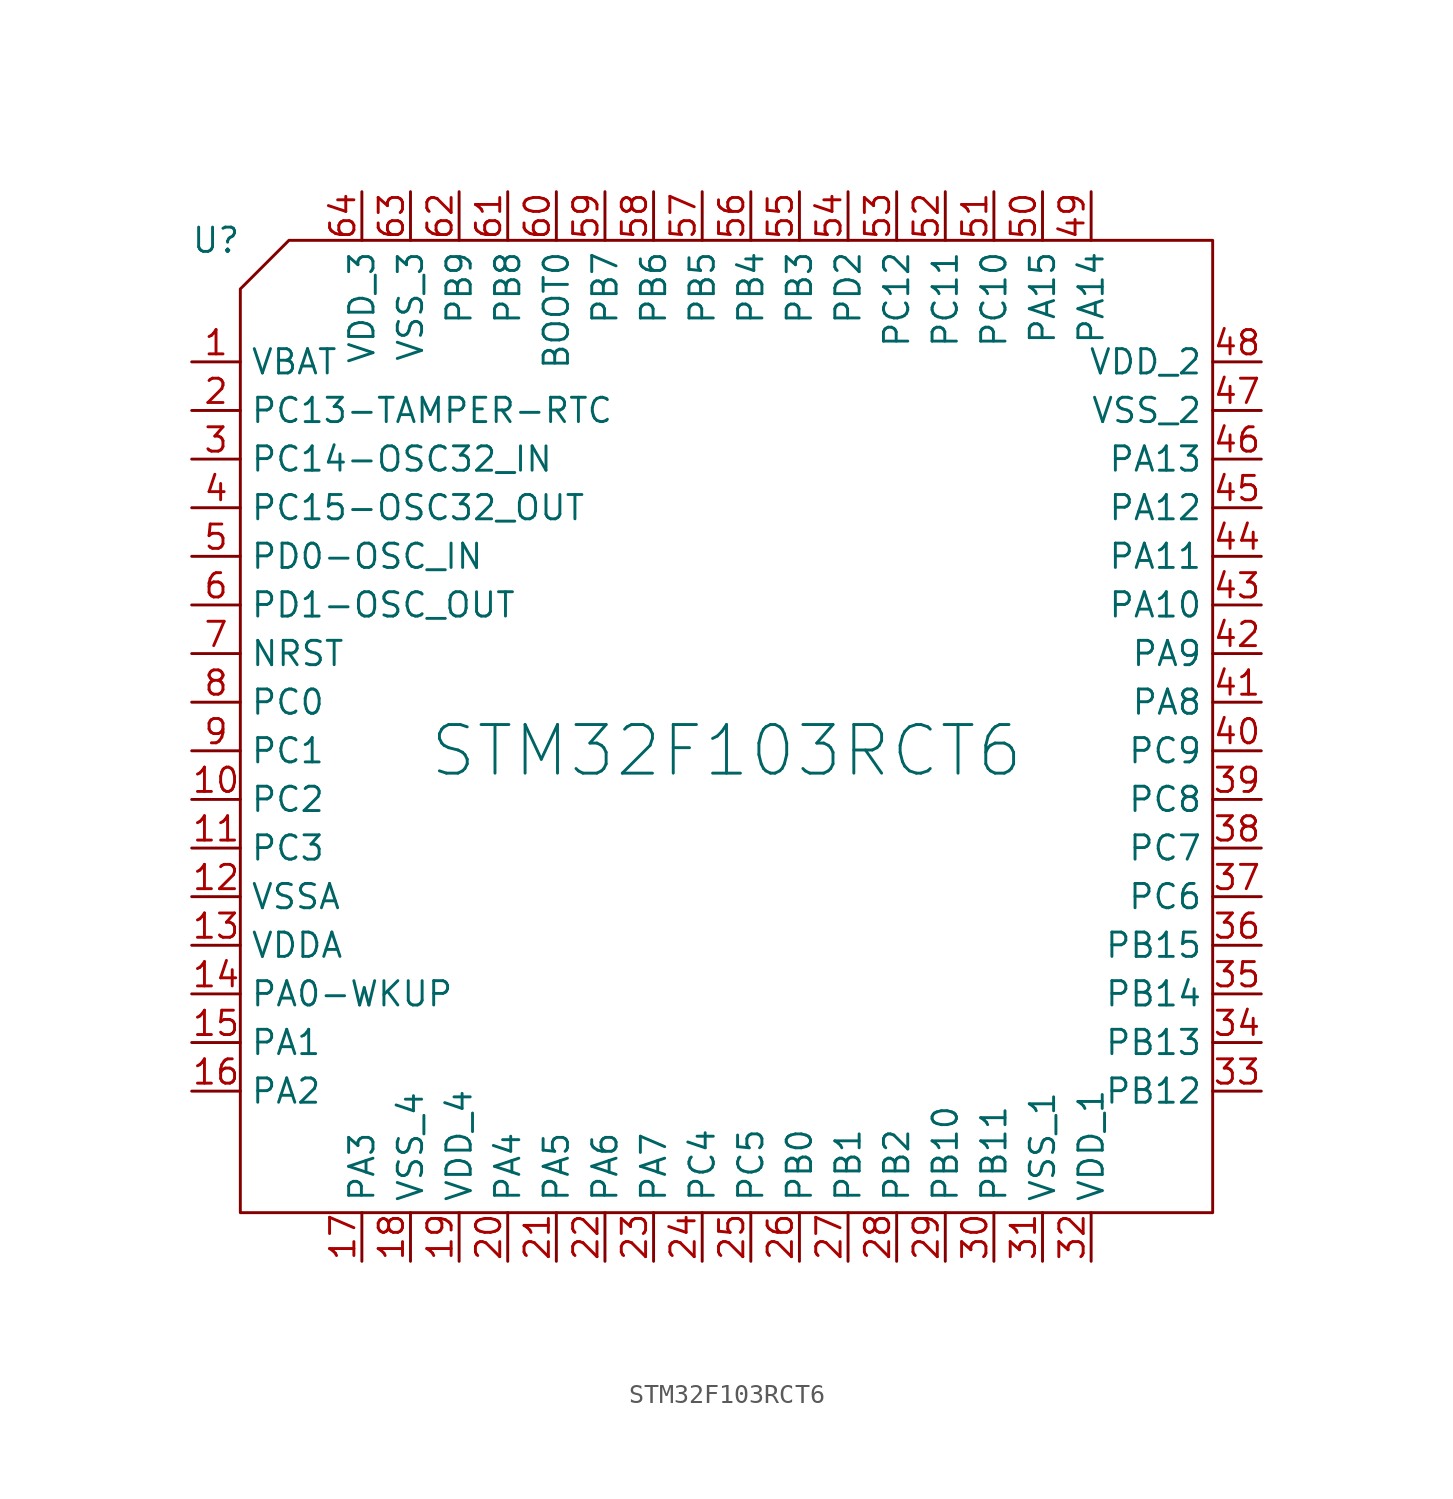
<source format=kicad_sym>
(kicad_symbol_lib
  (version 20211014)
  (generator kicad_symbol_editor)
  (symbol "STM32F103RCT6"
    (property "Reference" "U"
      (at -1.27 0 0)
      (effects (font (size 1.27 1.27))))
    (property "Value" "STM32F103RCT6"
      (at 25.4 -26.67 0)
      (effects (font (size 2.54 2.54))))
    (symbol "STM32F103RCT6_0_1"
      (polyline (pts (xy 0 -2.54) (xy 2.54 0) (xy 50.8 0) (xy 50.8 -50.8) (xy 0 -50.8) (xy 0 -2.54)) (stroke (width 0) (type default) (color 0 0 0 0)) (fill (type none))))
    (symbol "STM32F103RCT6_1_1"
      (pin input line (at -2.54 -6.35 0) (length 2.54) (name "VBAT" (effects (font (size 1.27 1.27)))) (number "1" (effects (font (size 1.27 1.27)))))
      (pin input line (at -2.54 -29.21 0) (length 2.54) (name "PC2" (effects (font (size 1.27 1.27)))) (number "10" (effects (font (size 1.27 1.27)))))
      (pin input line (at -2.54 -31.75 0) (length 2.54) (name "PC3" (effects (font (size 1.27 1.27)))) (number "11" (effects (font (size 1.27 1.27)))))
      (pin input line (at -2.54 -34.29 0) (length 2.54) (name "VSSA" (effects (font (size 1.27 1.27)))) (number "12" (effects (font (size 1.27 1.27)))))
      (pin input line (at -2.54 -36.83 0) (length 2.54) (name "VDDA" (effects (font (size 1.27 1.27)))) (number "13" (effects (font (size 1.27 1.27)))))
      (pin input line (at -2.54 -39.37 0) (length 2.54) (name "PA0-WKUP" (effects (font (size 1.27 1.27)))) (number "14" (effects (font (size 1.27 1.27)))))
      (pin input line (at -2.54 -41.91 0) (length 2.54) (name "PA1" (effects (font (size 1.27 1.27)))) (number "15" (effects (font (size 1.27 1.27)))))
      (pin input line (at -2.54 -44.45 0) (length 2.54) (name "PA2" (effects (font (size 1.27 1.27)))) (number "16" (effects (font (size 1.27 1.27)))))
      (pin input line (at 6.35 -53.34 90) (length 2.54) (name "PA3" (effects (font (size 1.27 1.27)))) (number "17" (effects (font (size 1.27 1.27)))))
      (pin input line (at 8.89 -53.34 90) (length 2.54) (name "VSS_4" (effects (font (size 1.27 1.27)))) (number "18" (effects (font (size 1.27 1.27)))))
      (pin input line (at 11.43 -53.34 90) (length 2.54) (name "VDD_4" (effects (font (size 1.27 1.27)))) (number "19" (effects (font (size 1.27 1.27)))))
      (pin input line (at -2.54 -8.89 0) (length 2.54) (name "PC13-TAMPER-RTC" (effects (font (size 1.27 1.27)))) (number "2" (effects (font (size 1.27 1.27)))))
      (pin input line (at 13.97 -53.34 90) (length 2.54) (name "PA4" (effects (font (size 1.27 1.27)))) (number "20" (effects (font (size 1.27 1.27)))))
      (pin input line (at 16.51 -53.34 90) (length 2.54) (name "PA5" (effects (font (size 1.27 1.27)))) (number "21" (effects (font (size 1.27 1.27)))))
      (pin input line (at 19.05 -53.34 90) (length 2.54) (name "PA6" (effects (font (size 1.27 1.27)))) (number "22" (effects (font (size 1.27 1.27)))))
      (pin input line (at 21.59 -53.34 90) (length 2.54) (name "PA7" (effects (font (size 1.27 1.27)))) (number "23" (effects (font (size 1.27 1.27)))))
      (pin input line (at 24.13 -53.34 90) (length 2.54) (name "PC4" (effects (font (size 1.27 1.27)))) (number "24" (effects (font (size 1.27 1.27)))))
      (pin input line (at 26.67 -53.34 90) (length 2.54) (name "PC5" (effects (font (size 1.27 1.27)))) (number "25" (effects (font (size 1.27 1.27)))))
      (pin input line (at 29.21 -53.34 90) (length 2.54) (name "PB0" (effects (font (size 1.27 1.27)))) (number "26" (effects (font (size 1.27 1.27)))))
      (pin input line (at 31.75 -53.34 90) (length 2.54) (name "PB1" (effects (font (size 1.27 1.27)))) (number "27" (effects (font (size 1.27 1.27)))))
      (pin input line (at 34.29 -53.34 90) (length 2.54) (name "PB2" (effects (font (size 1.27 1.27)))) (number "28" (effects (font (size 1.27 1.27)))))
      (pin input line (at 36.83 -53.34 90) (length 2.54) (name "PB10" (effects (font (size 1.27 1.27)))) (number "29" (effects (font (size 1.27 1.27)))))
      (pin input line (at -2.54 -11.43 0) (length 2.54) (name "PC14-OSC32_IN" (effects (font (size 1.27 1.27)))) (number "3" (effects (font (size 1.27 1.27)))))
      (pin input line (at 39.37 -53.34 90) (length 2.54) (name "PB11" (effects (font (size 1.27 1.27)))) (number "30" (effects (font (size 1.27 1.27)))))
      (pin input line (at 41.91 -53.34 90) (length 2.54) (name "VSS_1" (effects (font (size 1.27 1.27)))) (number "31" (effects (font (size 1.27 1.27)))))
      (pin input line (at 44.45 -53.34 90) (length 2.54) (name "VDD_1" (effects (font (size 1.27 1.27)))) (number "32" (effects (font (size 1.27 1.27)))))
      (pin input line (at 53.34 -44.45 180) (length 2.54) (name "PB12" (effects (font (size 1.27 1.27)))) (number "33" (effects (font (size 1.27 1.27)))))
      (pin input line (at 53.34 -41.91 180) (length 2.54) (name "PB13" (effects (font (size 1.27 1.27)))) (number "34" (effects (font (size 1.27 1.27)))))
      (pin input line (at 53.34 -39.37 180) (length 2.54) (name "PB14" (effects (font (size 1.27 1.27)))) (number "35" (effects (font (size 1.27 1.27)))))
      (pin input line (at 53.34 -36.83 180) (length 2.54) (name "PB15" (effects (font (size 1.27 1.27)))) (number "36" (effects (font (size 1.27 1.27)))))
      (pin input line (at 53.34 -34.29 180) (length 2.54) (name "PC6" (effects (font (size 1.27 1.27)))) (number "37" (effects (font (size 1.27 1.27)))))
      (pin input line (at 53.34 -31.75 180) (length 2.54) (name "PC7" (effects (font (size 1.27 1.27)))) (number "38" (effects (font (size 1.27 1.27)))))
      (pin input line (at 53.34 -29.21 180) (length 2.54) (name "PC8" (effects (font (size 1.27 1.27)))) (number "39" (effects (font (size 1.27 1.27)))))
      (pin input line (at -2.54 -13.97 0) (length 2.54) (name "PC15-OSC32_OUT" (effects (font (size 1.27 1.27)))) (number "4" (effects (font (size 1.27 1.27)))))
      (pin input line (at 53.34 -26.67 180) (length 2.54) (name "PC9" (effects (font (size 1.27 1.27)))) (number "40" (effects (font (size 1.27 1.27)))))
      (pin input line (at 53.34 -24.13 180) (length 2.54) (name "PA8" (effects (font (size 1.27 1.27)))) (number "41" (effects (font (size 1.27 1.27)))))
      (pin input line (at 53.34 -21.59 180) (length 2.54) (name "PA9" (effects (font (size 1.27 1.27)))) (number "42" (effects (font (size 1.27 1.27)))))
      (pin input line (at 53.34 -19.05 180) (length 2.54) (name "PA10" (effects (font (size 1.27 1.27)))) (number "43" (effects (font (size 1.27 1.27)))))
      (pin input line (at 53.34 -16.51 180) (length 2.54) (name "PA11" (effects (font (size 1.27 1.27)))) (number "44" (effects (font (size 1.27 1.27)))))
      (pin input line (at 53.34 -13.97 180) (length 2.54) (name "PA12" (effects (font (size 1.27 1.27)))) (number "45" (effects (font (size 1.27 1.27)))))
      (pin input line (at 53.34 -11.43 180) (length 2.54) (name "PA13" (effects (font (size 1.27 1.27)))) (number "46" (effects (font (size 1.27 1.27)))))
      (pin input line (at 53.34 -8.89 180) (length 2.54) (name "VSS_2" (effects (font (size 1.27 1.27)))) (number "47" (effects (font (size 1.27 1.27)))))
      (pin input line (at 53.34 -6.35 180) (length 2.54) (name "VDD_2" (effects (font (size 1.27 1.27)))) (number "48" (effects (font (size 1.27 1.27)))))
      (pin input line (at 44.45 2.54 270) (length 2.54) (name "PA14" (effects (font (size 1.27 1.27)))) (number "49" (effects (font (size 1.27 1.27)))))
      (pin input line (at -2.54 -16.51 0) (length 2.54) (name "PD0-OSC_IN" (effects (font (size 1.27 1.27)))) (number "5" (effects (font (size 1.27 1.27)))))
      (pin input line (at 41.91 2.54 270) (length 2.54) (name "PA15" (effects (font (size 1.27 1.27)))) (number "50" (effects (font (size 1.27 1.27)))))
      (pin input line (at 39.37 2.54 270) (length 2.54) (name "PC10" (effects (font (size 1.27 1.27)))) (number "51" (effects (font (size 1.27 1.27)))))
      (pin input line (at 36.83 2.54 270) (length 2.54) (name "PC11" (effects (font (size 1.27 1.27)))) (number "52" (effects (font (size 1.27 1.27)))))
      (pin input line (at 34.29 2.54 270) (length 2.54) (name "PC12" (effects (font (size 1.27 1.27)))) (number "53" (effects (font (size 1.27 1.27)))))
      (pin input line (at 31.75 2.54 270) (length 2.54) (name "PD2" (effects (font (size 1.27 1.27)))) (number "54" (effects (font (size 1.27 1.27)))))
      (pin input line (at 29.21 2.54 270) (length 2.54) (name "PB3" (effects (font (size 1.27 1.27)))) (number "55" (effects (font (size 1.27 1.27)))))
      (pin input line (at 26.67 2.54 270) (length 2.54) (name "PB4" (effects (font (size 1.27 1.27)))) (number "56" (effects (font (size 1.27 1.27)))))
      (pin input line (at 24.13 2.54 270) (length 2.54) (name "PB5" (effects (font (size 1.27 1.27)))) (number "57" (effects (font (size 1.27 1.27)))))
      (pin input line (at 21.59 2.54 270) (length 2.54) (name "PB6" (effects (font (size 1.27 1.27)))) (number "58" (effects (font (size 1.27 1.27)))))
      (pin input line (at 19.05 2.54 270) (length 2.54) (name "PB7" (effects (font (size 1.27 1.27)))) (number "59" (effects (font (size 1.27 1.27)))))
      (pin input line (at -2.54 -19.05 0) (length 2.54) (name "PD1-OSC_OUT" (effects (font (size 1.27 1.27)))) (number "6" (effects (font (size 1.27 1.27)))))
      (pin input line (at 16.51 2.54 270) (length 2.54) (name "BOOT0" (effects (font (size 1.27 1.27)))) (number "60" (effects (font (size 1.27 1.27)))))
      (pin input line (at 13.97 2.54 270) (length 2.54) (name "PB8" (effects (font (size 1.27 1.27)))) (number "61" (effects (font (size 1.27 1.27)))))
      (pin input line (at 11.43 2.54 270) (length 2.54) (name "PB9" (effects (font (size 1.27 1.27)))) (number "62" (effects (font (size 1.27 1.27)))))
      (pin input line (at 8.89 2.54 270) (length 2.54) (name "VSS_3" (effects (font (size 1.27 1.27)))) (number "63" (effects (font (size 1.27 1.27)))))
      (pin input line (at 6.35 2.54 270) (length 2.54) (name "VDD_3" (effects (font (size 1.27 1.27)))) (number "64" (effects (font (size 1.27 1.27)))))
      (pin input line (at -2.54 -21.59 0) (length 2.54) (name "NRST" (effects (font (size 1.27 1.27)))) (number "7" (effects (font (size 1.27 1.27)))))
      (pin input line (at -2.54 -24.13 0) (length 2.54) (name "PC0" (effects (font (size 1.27 1.27)))) (number "8" (effects (font (size 1.27 1.27)))))
      (pin input line (at -2.54 -26.67 0) (length 2.54) (name "PC1" (effects (font (size 1.27 1.27)))) (number "9" (effects (font (size 1.27 1.27))))))))
</source>
